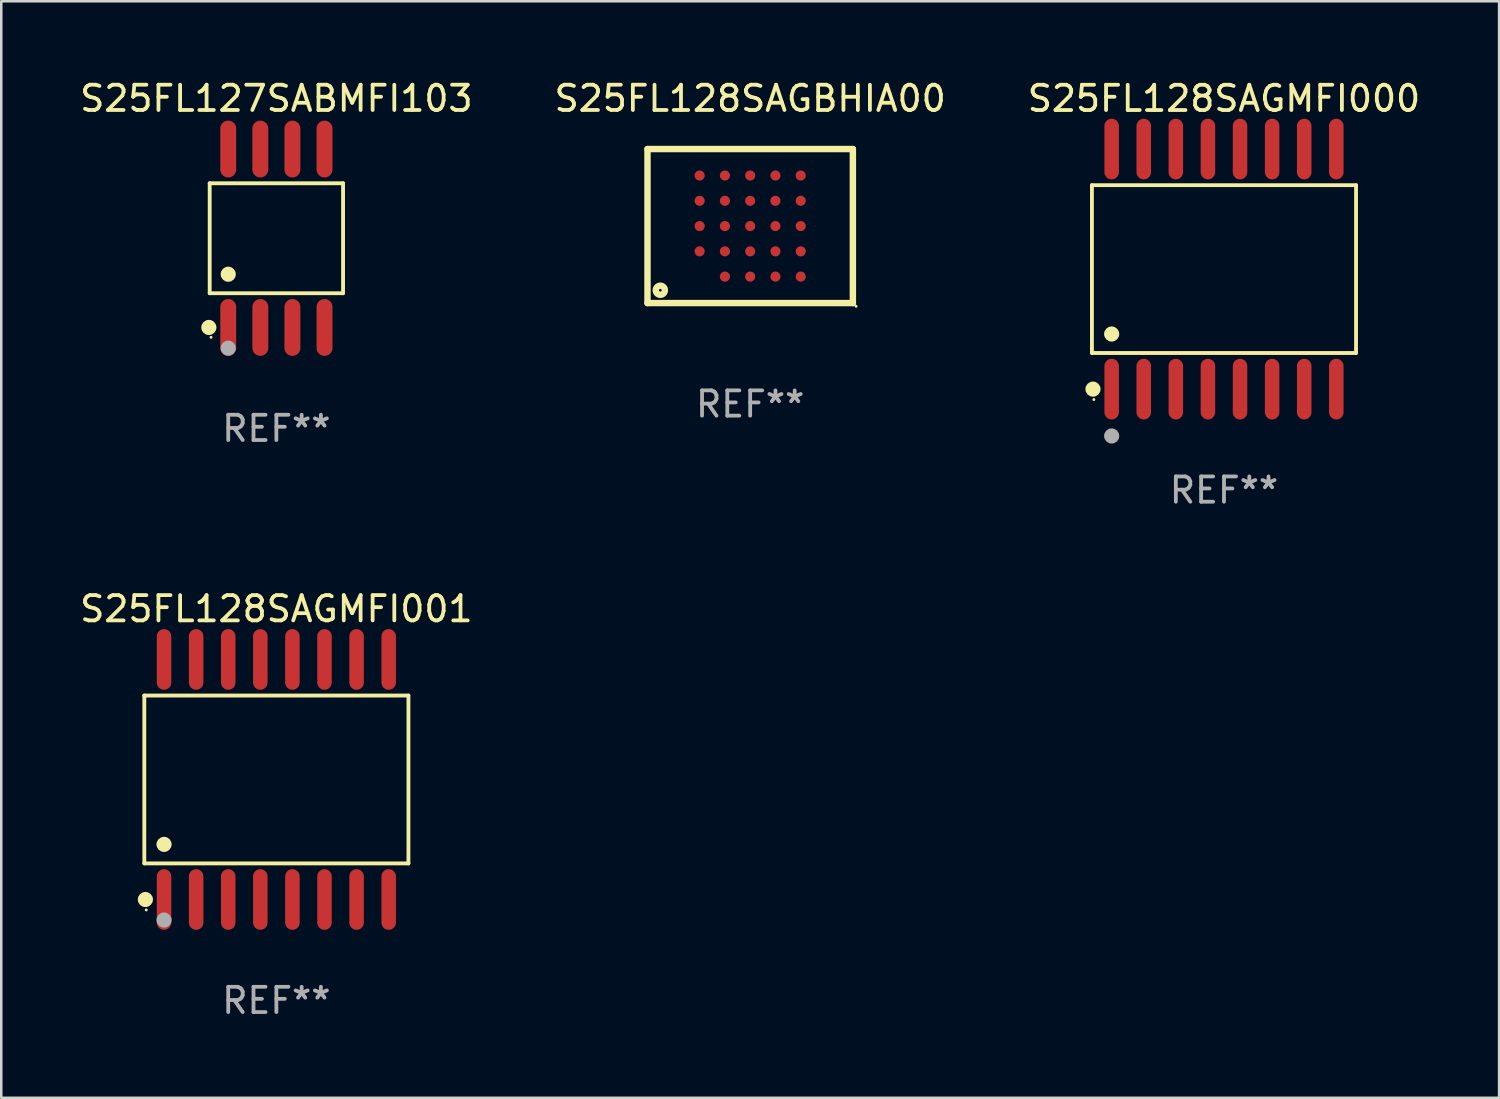
<source format=kicad_pcb>
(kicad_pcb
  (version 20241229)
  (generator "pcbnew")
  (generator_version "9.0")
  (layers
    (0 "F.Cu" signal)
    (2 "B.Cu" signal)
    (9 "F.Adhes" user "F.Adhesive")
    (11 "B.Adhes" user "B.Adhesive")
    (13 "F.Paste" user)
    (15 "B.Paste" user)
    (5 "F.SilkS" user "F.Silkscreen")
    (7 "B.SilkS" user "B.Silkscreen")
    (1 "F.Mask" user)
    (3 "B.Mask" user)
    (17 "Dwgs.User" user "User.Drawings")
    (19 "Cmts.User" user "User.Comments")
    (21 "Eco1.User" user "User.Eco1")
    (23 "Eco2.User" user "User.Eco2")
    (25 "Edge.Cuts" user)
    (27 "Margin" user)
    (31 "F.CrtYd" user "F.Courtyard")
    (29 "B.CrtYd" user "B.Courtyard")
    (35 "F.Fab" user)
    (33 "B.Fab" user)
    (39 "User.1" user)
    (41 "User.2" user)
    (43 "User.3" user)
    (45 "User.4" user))
  (footprint "S25FL127SABMFI103"
    (layer "F.Cu")
    (at 7.887 6.378)
    (property "Reference" "S25FL127SABMFI103" (at 0 -5.53 0) (layer "F.SilkS") (effects (font (size 1 1) (thickness 0.15))))
    (attr through_hole)
    (fp_line (start -2.639 -2.176) (end 2.639 -2.176) (stroke (width 0.152) (type solid)) (layer "F.SilkS"))
    (fp_line (start -2.639 2.176) (end -2.639 -2.176) (stroke (width 0.152) (type solid)) (layer "F.SilkS"))
    (fp_line (start 2.639 -2.176) (end 2.639 2.176) (stroke (width 0.152) (type solid)) (layer "F.SilkS"))
    (fp_line (start 2.639 2.176) (end -2.639 2.176) (stroke (width 0.152) (type solid)) (layer "F.SilkS"))
    (fp_circle (center -2.672 3.53) (end -2.522 3.53) (stroke (width 0.3) (type solid)) (fill no) (layer "F.SilkS"))
    (fp_circle (center -2.585 3.92) (end -2.555 3.92) (stroke (width 0.06) (type solid)) (fill no) (layer "F.SilkS"))
    (fp_circle (center -1.905 1.424) (end -1.755 1.424) (stroke (width 0.3) (type solid)) (fill no) (layer "F.SilkS"))
    (fp_circle (center -1.905 4.35) (end -1.755 4.35) (stroke (width 0.3) (type solid)) (fill no) (layer "F.Fab"))
    (fp_text user "REF**" (at 0 7.53 0) (layer "F.Fab") (effects (font (size 1 1) (thickness 0.15))))
    (pad "1" smd oval (at -1.905 3.53) (size 0.63 2.25) (layers "F.Cu" "F.Mask" "F.Paste"))
    (pad "2" smd oval (at -0.635 3.53) (size 0.63 2.25) (layers "F.Cu" "F.Mask" "F.Paste"))
    (pad "3" smd oval (at 0.635 3.53) (size 0.63 2.25) (layers "F.Cu" "F.Mask" "F.Paste"))
    (pad "4" smd oval (at 1.905 3.53) (size 0.63 2.25) (layers "F.Cu" "F.Mask" "F.Paste"))
    (pad "5" smd oval (at 1.905 -3.53) (size 0.63 2.25) (layers "F.Cu" "F.Mask" "F.Paste"))
    (pad "6" smd oval (at 0.635 -3.53) (size 0.63 2.25) (layers "F.Cu" "F.Mask" "F.Paste"))
    (pad "7" smd oval (at -0.635 -3.53) (size 0.63 2.25) (layers "F.Cu" "F.Mask" "F.Paste"))
    (pad "8" smd oval (at -1.905 -3.53) (size 0.63 2.25) (layers "F.Cu" "F.Mask" "F.Paste")))
  (footprint "S25FL128SAGMFI001"
    (layer "F.Cu")
    (at 7.887 27.796)
    (property "Reference" "S25FL128SAGMFI001" (at 0 -6.75 0) (layer "F.SilkS") (effects (font (size 1 1) (thickness 0.15))))
    (attr through_hole)
    (fp_line (start -5.226 -3.321) (end 5.226 -3.321) (stroke (width 0.152) (type solid)) (layer "F.SilkS"))
    (fp_line (start -5.226 3.321) (end -5.226 -3.321) (stroke (width 0.152) (type solid)) (layer "F.SilkS"))
    (fp_line (start 5.226 -3.321) (end 5.226 3.321) (stroke (width 0.152) (type solid)) (layer "F.SilkS"))
    (fp_line (start 5.226 3.321) (end -5.226 3.321) (stroke (width 0.152) (type solid)) (layer "F.SilkS"))
    (fp_circle (center -5.184 4.75) (end -5.034 4.75) (stroke (width 0.3) (type solid)) (fill no) (layer "F.SilkS"))
    (fp_circle (center -5.15 5.163) (end -5.12 5.163) (stroke (width 0.06) (type solid)) (fill no) (layer "F.SilkS"))
    (fp_circle (center -4.445 2.569) (end -4.295 2.569) (stroke (width 0.3) (type solid)) (fill no) (layer "F.SilkS"))
    (fp_circle (center -4.445 5.563) (end -4.295 5.563) (stroke (width 0.3) (type solid)) (fill no) (layer "F.Fab"))
    (fp_text user "REF**" (at 0 8.75 0) (layer "F.Fab") (effects (font (size 1 1) (thickness 0.15))))
    (pad "1" smd oval (at -4.445 4.75) (size 0.574 2.401) (layers "F.Cu" "F.Mask" "F.Paste"))
    (pad "2" smd oval (at -3.175 4.75) (size 0.574 2.401) (layers "F.Cu" "F.Mask" "F.Paste"))
    (pad "3" smd oval (at -1.905 4.75) (size 0.574 2.401) (layers "F.Cu" "F.Mask" "F.Paste"))
    (pad "4" smd oval (at -0.635 4.75) (size 0.574 2.401) (layers "F.Cu" "F.Mask" "F.Paste"))
    (pad "5" smd oval (at 0.635 4.75) (size 0.574 2.401) (layers "F.Cu" "F.Mask" "F.Paste"))
    (pad "6" smd oval (at 1.905 4.75) (size 0.574 2.401) (layers "F.Cu" "F.Mask" "F.Paste"))
    (pad "7" smd oval (at 3.175 4.75) (size 0.574 2.401) (layers "F.Cu" "F.Mask" "F.Paste"))
    (pad "8" smd oval (at 4.445 4.75) (size 0.574 2.401) (layers "F.Cu" "F.Mask" "F.Paste"))
    (pad "9" smd oval (at 4.445 -4.75) (size 0.574 2.401) (layers "F.Cu" "F.Mask" "F.Paste"))
    (pad "10" smd oval (at 3.175 -4.75) (size 0.574 2.401) (layers "F.Cu" "F.Mask" "F.Paste"))
    (pad "11" smd oval (at 1.905 -4.75) (size 0.574 2.401) (layers "F.Cu" "F.Mask" "F.Paste"))
    (pad "12" smd oval (at 0.635 -4.75) (size 0.574 2.401) (layers "F.Cu" "F.Mask" "F.Paste"))
    (pad "13" smd oval (at -0.635 -4.75) (size 0.574 2.401) (layers "F.Cu" "F.Mask" "F.Paste"))
    (pad "14" smd oval (at -1.905 -4.75) (size 0.574 2.401) (layers "F.Cu" "F.Mask" "F.Paste"))
    (pad "15" smd oval (at -3.175 -4.75) (size 0.574 2.401) (layers "F.Cu" "F.Mask" "F.Paste"))
    (pad "16" smd oval (at -4.445 -4.75) (size 0.574 2.401) (layers "F.Cu" "F.Mask" "F.Paste")))
  (footprint "S25FL128SAGBHIA00"
    (layer "F.Cu")
    (at 26.637 5.896)
    (property "Reference" "S25FL128SAGBHIA00" (at 0 -5.048 0) (layer "F.SilkS") (effects (font (size 1 1) (thickness 0.15))))
    (attr through_hole)
    (fp_line (start -4.064 -3.048) (end -4.064 3.048) (stroke (width 0.254) (type solid)) (layer "F.SilkS"))
    (fp_line (start -4.064 3.048) (end 4.064 3.048) (stroke (width 0.254) (type solid)) (layer "F.SilkS"))
    (fp_line (start 4.064 -3.048) (end -4.064 -3.048) (stroke (width 0.254) (type solid)) (layer "F.SilkS"))
    (fp_line (start 4.064 3.048) (end 4.064 -3.048) (stroke (width 0.254) (type solid)) (layer "F.SilkS"))
    (fp_circle (center -3.556 2.54) (end -3.376 2.54) (stroke (width 0.254) (type solid)) (fill no) (layer "F.SilkS"))
    (fp_circle (center 4.191 3.175) (end 4.221 3.175) (stroke (width 0.06) (type solid)) (fill no) (layer "F.SilkS"))
    (fp_text user "REF**" (at 0 7.048 0) (layer "F.Fab") (effects (font (size 1 1) (thickness 0.15))))
    (pad "A2" smd circle (at -2 1) (size 0.4 0.4) (layers "F.Cu" "F.Mask" "F.Paste"))
    (pad "A3" smd circle (at -2 0) (size 0.4 0.4) (layers "F.Cu" "F.Mask" "F.Paste"))
    (pad "A4" smd circle (at -2 -1) (size 0.4 0.4) (layers "F.Cu" "F.Mask" "F.Paste"))
    (pad "A5" smd circle (at -2 -2) (size 0.4 0.4) (layers "F.Cu" "F.Mask" "F.Paste"))
    (pad "B1" smd circle (at -1 2) (size 0.4 0.4) (layers "F.Cu" "F.Mask" "F.Paste"))
    (pad "B2" smd circle (at -1 1) (size 0.4 0.4) (layers "F.Cu" "F.Mask" "F.Paste"))
    (pad "B3" smd circle (at -1 0) (size 0.4 0.4) (layers "F.Cu" "F.Mask" "F.Paste"))
    (pad "B4" smd circle (at -1 -1) (size 0.4 0.4) (layers "F.Cu" "F.Mask" "F.Paste"))
    (pad "B5" smd circle (at -1 -2) (size 0.4 0.4) (layers "F.Cu" "F.Mask" "F.Paste"))
    (pad "C1" smd circle (at 0 2) (size 0.4 0.4) (layers "F.Cu" "F.Mask" "F.Paste"))
    (pad "C2" smd circle (at 0 1) (size 0.4 0.4) (layers "F.Cu" "F.Mask" "F.Paste"))
    (pad "C3" smd circle (at 0 0) (size 0.4 0.4) (layers "F.Cu" "F.Mask" "F.Paste"))
    (pad "C4" smd circle (at 0 -1) (size 0.4 0.4) (layers "F.Cu" "F.Mask" "F.Paste"))
    (pad "C5" smd circle (at 0 -2) (size 0.4 0.4) (layers "F.Cu" "F.Mask" "F.Paste"))
    (pad "D1" smd circle (at 1 2) (size 0.4 0.4) (layers "F.Cu" "F.Mask" "F.Paste"))
    (pad "D2" smd circle (at 1 1) (size 0.4 0.4) (layers "F.Cu" "F.Mask" "F.Paste"))
    (pad "D3" smd circle (at 1 0) (size 0.4 0.4) (layers "F.Cu" "F.Mask" "F.Paste"))
    (pad "D4" smd circle (at 1 -1) (size 0.4 0.4) (layers "F.Cu" "F.Mask" "F.Paste"))
    (pad "D5" smd circle (at 1 -2) (size 0.4 0.4) (layers "F.Cu" "F.Mask" "F.Paste"))
    (pad "E1" smd circle (at 2 2) (size 0.4 0.4) (layers "F.Cu" "F.Mask" "F.Paste"))
    (pad "E2" smd circle (at 2 1) (size 0.4 0.4) (layers "F.Cu" "F.Mask" "F.Paste"))
    (pad "E3" smd circle (at 2 0) (size 0.4 0.4) (layers "F.Cu" "F.Mask" "F.Paste"))
    (pad "E4" smd circle (at 2 -1) (size 0.4 0.4) (layers "F.Cu" "F.Mask" "F.Paste"))
    (pad "E5" smd circle (at 2 -2) (size 0.4 0.4) (layers "F.Cu" "F.Mask" "F.Paste")))
  (footprint "S25FL128SAGMFI000"
    (layer "F.Cu")
    (at 45.387 7.599)
    (property "Reference" "S25FL128SAGMFI000" (at 0 -6.75 0) (layer "F.SilkS") (effects (font (size 1 1) (thickness 0.15))))
    (attr through_hole)
    (fp_line (start -5.226 -3.321) (end 5.226 -3.321) (stroke (width 0.152) (type solid)) (layer "F.SilkS"))
    (fp_line (start -5.226 3.321) (end -5.226 -3.321) (stroke (width 0.152) (type solid)) (layer "F.SilkS"))
    (fp_line (start 5.226 -3.321) (end 5.226 3.321) (stroke (width 0.152) (type solid)) (layer "F.SilkS"))
    (fp_line (start 5.226 3.321) (end -5.226 3.321) (stroke (width 0.152) (type solid)) (layer "F.SilkS"))
    (fp_circle (center -5.184 4.75) (end -5.034 4.75) (stroke (width 0.3) (type solid)) (fill no) (layer "F.SilkS"))
    (fp_circle (center -5.15 5.162) (end -5.12 5.162) (stroke (width 0.06) (type solid)) (fill no) (layer "F.SilkS"))
    (fp_circle (center -4.445 2.569) (end -4.295 2.569) (stroke (width 0.3) (type solid)) (fill no) (layer "F.SilkS"))
    (fp_circle (center -4.445 6.604) (end -4.295 6.604) (stroke (width 0.3) (type solid)) (fill no) (layer "F.Fab"))
    (fp_text user "REF**" (at 0 8.75 0) (layer "F.Fab") (effects (font (size 1 1) (thickness 0.15))))
    (pad "1" smd oval (at -4.445 4.75) (size 0.574 2.401) (layers "F.Cu" "F.Mask" "F.Paste"))
    (pad "2" smd oval (at -3.175 4.75) (size 0.574 2.401) (layers "F.Cu" "F.Mask" "F.Paste"))
    (pad "3" smd oval (at -1.905 4.75) (size 0.574 2.401) (layers "F.Cu" "F.Mask" "F.Paste"))
    (pad "4" smd oval (at -0.635 4.75) (size 0.574 2.401) (layers "F.Cu" "F.Mask" "F.Paste"))
    (pad "5" smd oval (at 0.635 4.75) (size 0.574 2.401) (layers "F.Cu" "F.Mask" "F.Paste"))
    (pad "6" smd oval (at 1.905 4.75) (size 0.574 2.401) (layers "F.Cu" "F.Mask" "F.Paste"))
    (pad "7" smd oval (at 3.175 4.75) (size 0.574 2.401) (layers "F.Cu" "F.Mask" "F.Paste"))
    (pad "8" smd oval (at 4.445 4.75) (size 0.574 2.401) (layers "F.Cu" "F.Mask" "F.Paste"))
    (pad "9" smd oval (at 4.445 -4.75) (size 0.574 2.401) (layers "F.Cu" "F.Mask" "F.Paste"))
    (pad "10" smd oval (at 3.175 -4.75) (size 0.574 2.401) (layers "F.Cu" "F.Mask" "F.Paste"))
    (pad "11" smd oval (at 1.905 -4.75) (size 0.574 2.401) (layers "F.Cu" "F.Mask" "F.Paste"))
    (pad "12" smd oval (at 0.635 -4.75) (size 0.574 2.401) (layers "F.Cu" "F.Mask" "F.Paste"))
    (pad "13" smd oval (at -0.635 -4.75) (size 0.574 2.401) (layers "F.Cu" "F.Mask" "F.Paste"))
    (pad "14" smd oval (at -1.905 -4.75) (size 0.574 2.401) (layers "F.Cu" "F.Mask" "F.Paste"))
    (pad "15" smd oval (at -3.175 -4.75) (size 0.574 2.401) (layers "F.Cu" "F.Mask" "F.Paste"))
    (pad "16" smd oval (at -4.445 -4.75) (size 0.574 2.401) (layers "F.Cu" "F.Mask" "F.Paste")))
  (gr_rect
    (start -3 -3)
    (end 56.274 40.394)
    (stroke (width 0.1) (type default))
    (fill no)
    (layer "Edge.Cuts")))
</source>
